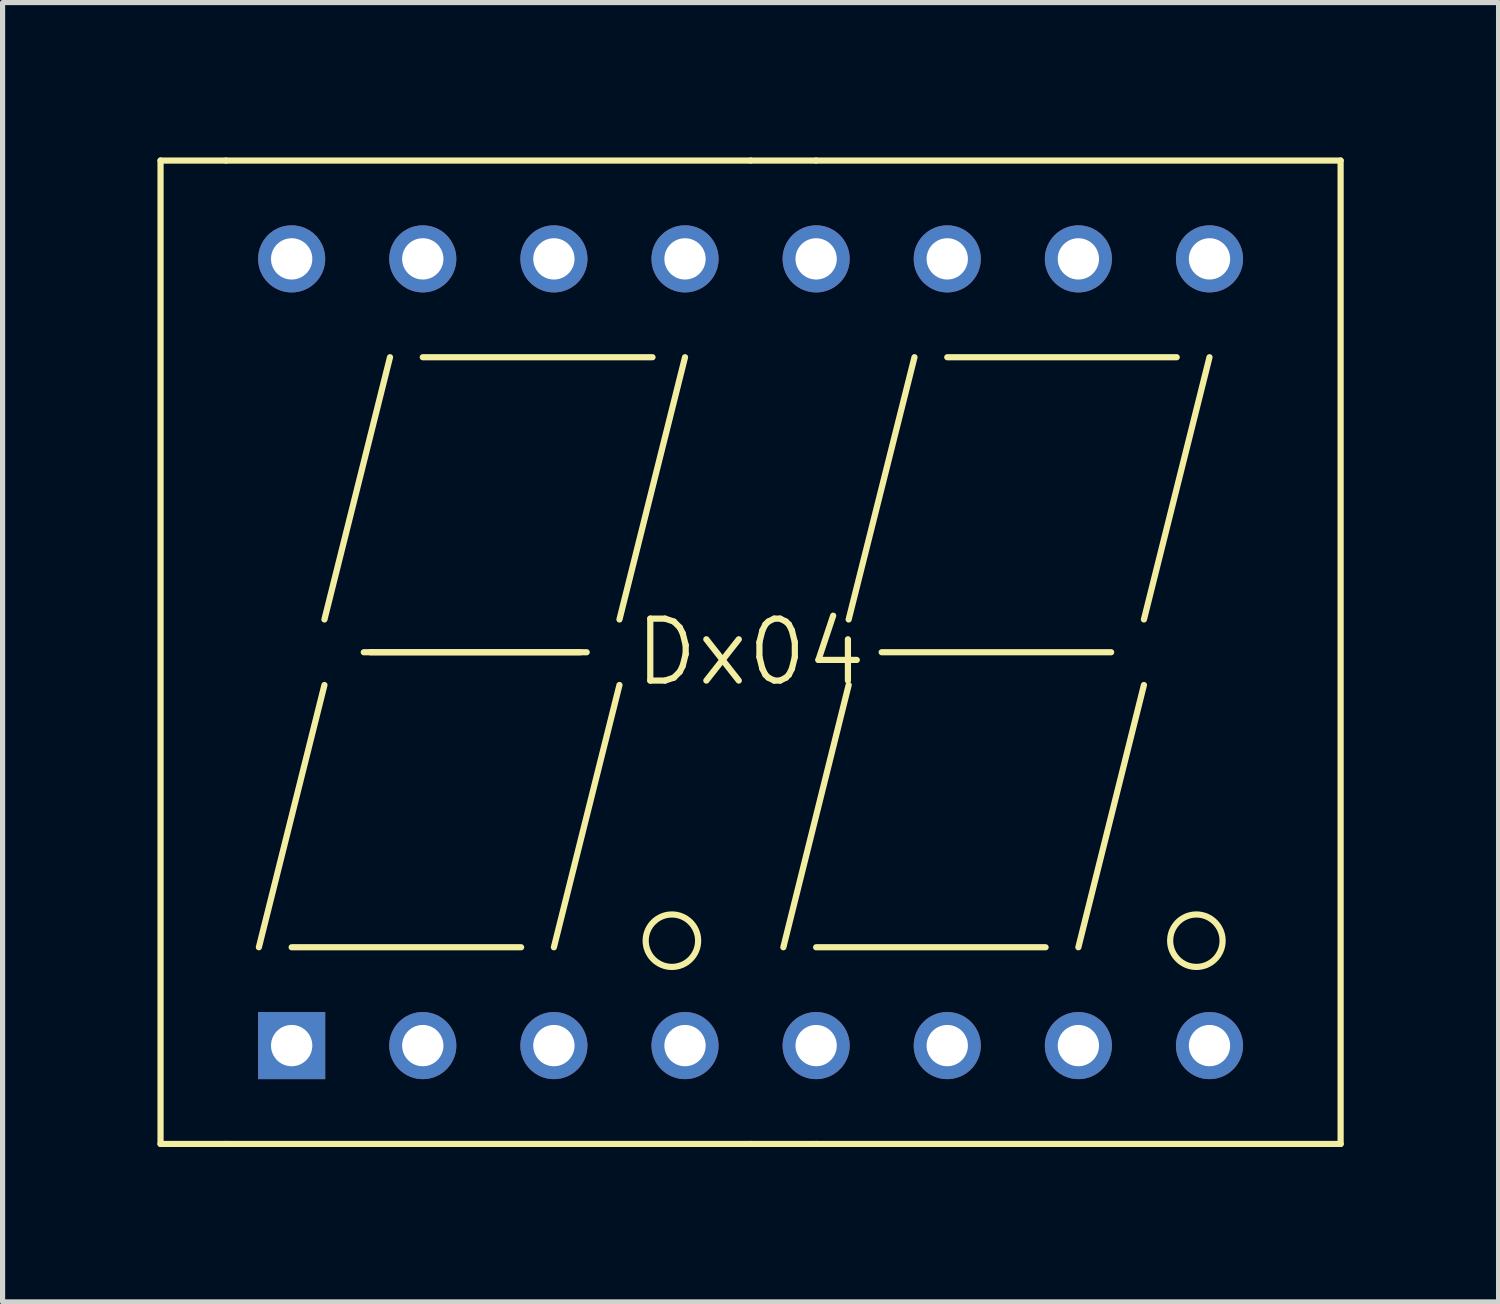
<source format=kicad_pcb>
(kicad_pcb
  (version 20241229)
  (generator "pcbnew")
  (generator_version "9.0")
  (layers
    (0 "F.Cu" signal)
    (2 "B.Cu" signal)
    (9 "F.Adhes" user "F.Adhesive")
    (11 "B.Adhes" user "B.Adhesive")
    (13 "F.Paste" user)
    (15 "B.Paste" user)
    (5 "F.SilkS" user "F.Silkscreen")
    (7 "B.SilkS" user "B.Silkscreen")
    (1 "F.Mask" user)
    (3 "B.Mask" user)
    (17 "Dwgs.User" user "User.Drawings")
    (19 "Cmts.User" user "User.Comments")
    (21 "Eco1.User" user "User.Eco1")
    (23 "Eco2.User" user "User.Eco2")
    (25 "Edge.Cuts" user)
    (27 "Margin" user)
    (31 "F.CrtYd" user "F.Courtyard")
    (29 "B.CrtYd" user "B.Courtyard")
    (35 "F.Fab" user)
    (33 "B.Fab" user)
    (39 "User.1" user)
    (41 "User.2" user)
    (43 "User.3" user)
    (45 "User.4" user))
  (footprint "Dx04"
    (layer "F.Cu")
    (at 11.49 9.585)
    (property "Reference" "Dx04" (at 0 0 0) (layer "F.SilkS") (effects (font (size 1.2 1.2) (thickness 0.12))))
    (attr through_hole)
    (fp_line (start -11.43 -9.525) (end -11.43 9.525) (stroke (width 0.12) (type solid)) (layer "F.SilkS"))
    (fp_line (start -11.43 9.525) (end -10.16 9.525) (stroke (width 0.12) (type solid)) (layer "F.SilkS"))
    (fp_line (start -10.16 -9.525) (end -11.43 -9.525) (stroke (width 0.12) (type solid)) (layer "F.SilkS"))
    (fp_line (start -10.16 9.525) (end 0 9.525) (stroke (width 0.12) (type solid)) (layer "F.SilkS"))
    (fp_line (start -8.89 5.715) (end -4.445 5.715) (stroke (width 0.12) (type solid)) (layer "F.SilkS"))
    (fp_line (start -8.255 -0.635) (end -6.985 -5.715) (stroke (width 0.12) (type solid)) (layer "F.SilkS"))
    (fp_line (start -8.255 0.635) (end -9.525 5.715) (stroke (width 0.12) (type solid)) (layer "F.SilkS"))
    (fp_line (start -7.493 0) (end -3.175 0) (stroke (width 0.12) (type solid)) (layer "F.SilkS"))
    (fp_line (start -7.366 0) (end -3.302 0) (stroke (width 0.12) (type solid)) (layer "F.SilkS"))
    (fp_line (start -6.35 -5.715) (end -1.9 -5.715) (stroke (width 0.12) (type solid)) (layer "F.SilkS"))
    (fp_line (start -2.54 -0.635) (end -1.27 -5.715) (stroke (width 0.12) (type solid)) (layer "F.SilkS"))
    (fp_line (start -2.54 0.635) (end -3.81 5.715) (stroke (width 0.12) (type solid)) (layer "F.SilkS"))
    (fp_line (start 0 -9.525) (end -10.16 -9.525) (stroke (width 0.12) (type solid)) (layer "F.SilkS"))
    (fp_line (start 0 9.525) (end 1.27 9.525) (stroke (width 0.12) (type solid)) (layer "F.SilkS"))
    (fp_line (start 0.635 5.715) (end 1.9 0.635) (stroke (width 0.12) (type solid)) (layer "F.SilkS"))
    (fp_line (start 1.27 -9.525) (end 0 -9.525) (stroke (width 0.12) (type solid)) (layer "F.SilkS"))
    (fp_line (start 1.27 -9.525) (end 11.43 -9.525) (stroke (width 0.12) (type solid)) (layer "F.SilkS"))
    (fp_line (start 1.27 5.715) (end 5.715 5.715) (stroke (width 0.12) (type solid)) (layer "F.SilkS"))
    (fp_line (start 1.9 -0.635) (end 3.175 -5.715) (stroke (width 0.12) (type solid)) (layer "F.SilkS"))
    (fp_line (start 2.54 0) (end 6.985 0) (stroke (width 0.12) (type solid)) (layer "F.SilkS"))
    (fp_line (start 3.81 -5.715) (end 8.255 -5.715) (stroke (width 0.12) (type solid)) (layer "F.SilkS"))
    (fp_line (start 7.62 -0.635) (end 8.89 -5.715) (stroke (width 0.12) (type solid)) (layer "F.SilkS"))
    (fp_line (start 7.62 0.635) (end 6.35 5.715) (stroke (width 0.12) (type solid)) (layer "F.SilkS"))
    (fp_line (start 11.43 -9.525) (end 11.43 9.525) (stroke (width 0.12) (type solid)) (layer "F.SilkS"))
    (fp_line (start 11.43 9.525) (end 1.27 9.525) (stroke (width 0.12) (type solid)) (layer "F.SilkS"))
    (fp_circle (center -1.524 5.588) (end -1.524 5.08) (stroke (width 0.12) (type solid)) (fill no) (layer "F.SilkS"))
    (fp_circle (center 8.636 5.588) (end 8.636 5.08) (stroke (width 0.12) (type solid)) (fill no) (layer "F.SilkS"))
    (pad "1" thru_hole rect (at -8.89 7.62) (size 1.3 1.3) (drill 0.8) (layers "*.Cu" "*.Mask"))
    (pad "2" thru_hole circle (at -6.35 7.62) (size 1.3 1.3) (drill 0.8) (layers "*.Cu" "*.Mask"))
    (pad "3" thru_hole circle (at -3.81 7.62) (size 1.3 1.3) (drill 0.8) (layers "*.Cu" "*.Mask"))
    (pad "4" thru_hole circle (at -1.27 7.62) (size 1.3 1.3) (drill 0.8) (layers "*.Cu" "*.Mask"))
    (pad "5" thru_hole circle (at 1.27 7.62) (size 1.3 1.3) (drill 0.8) (layers "*.Cu" "*.Mask"))
    (pad "6" thru_hole circle (at 3.81 7.62) (size 1.3 1.3) (drill 0.8) (layers "*.Cu" "*.Mask"))
    (pad "7" thru_hole circle (at 6.35 7.62) (size 1.3 1.3) (drill 0.8) (layers "*.Cu" "*.Mask"))
    (pad "8" thru_hole circle (at 8.89 7.62) (size 1.3 1.3) (drill 0.8) (layers "*.Cu" "*.Mask"))
    (pad "9" thru_hole circle (at 8.89 -7.62) (size 1.3 1.3) (drill 0.8) (layers "*.Cu" "*.Mask"))
    (pad "10" thru_hole circle (at 6.35 -7.62) (size 1.3 1.3) (drill 0.8) (layers "*.Cu" "*.Mask"))
    (pad "11" thru_hole circle (at 3.81 -7.62) (size 1.3 1.3) (drill 0.8) (layers "*.Cu" "*.Mask"))
    (pad "12" thru_hole circle (at 1.27 -7.62) (size 1.3 1.3) (drill 0.8) (layers "*.Cu" "*.Mask"))
    (pad "13" thru_hole circle (at -1.27 -7.62) (size 1.3 1.3) (drill 0.8) (layers "*.Cu" "*.Mask"))
    (pad "14" thru_hole circle (at -3.81 -7.62) (size 1.3 1.3) (drill 0.8) (layers "*.Cu" "*.Mask"))
    (pad "15" thru_hole circle (at -6.35 -7.62) (size 1.3 1.3) (drill 0.8) (layers "*.Cu" "*.Mask"))
    (pad "16" thru_hole circle (at -8.89 -7.62) (size 1.3 1.3) (drill 0.8) (layers "*.Cu" "*.Mask")))
  (gr_rect
    (start -3 -3)
    (end 25.98 22.17)
    (stroke (width 0.1) (type default))
    (fill no)
    (layer "Edge.Cuts")))
</source>
